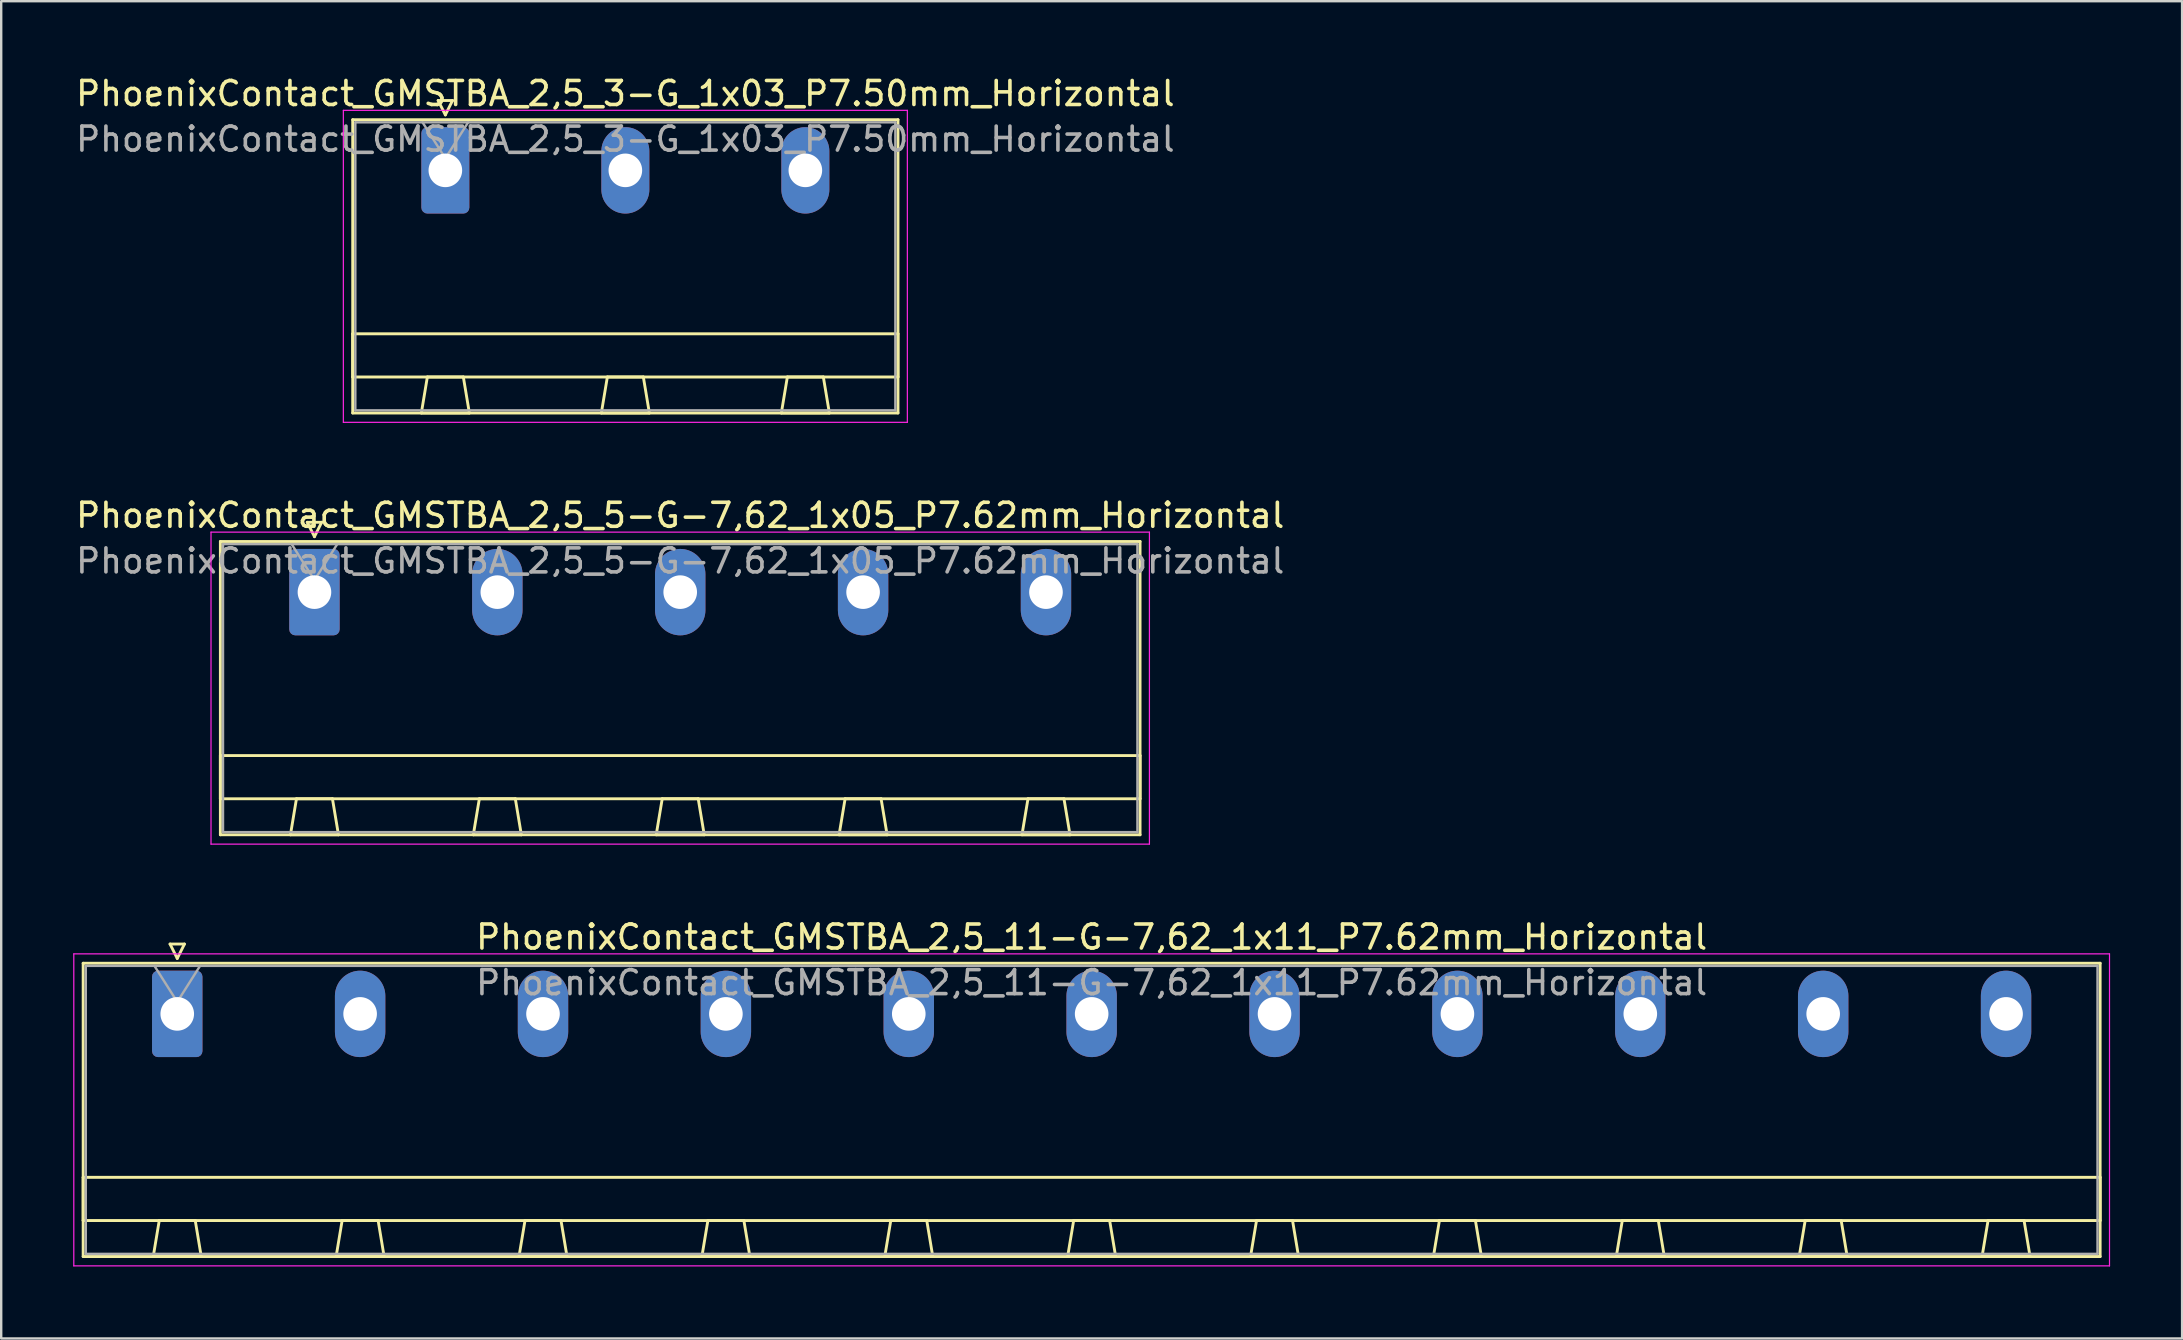
<source format=kicad_pcb>
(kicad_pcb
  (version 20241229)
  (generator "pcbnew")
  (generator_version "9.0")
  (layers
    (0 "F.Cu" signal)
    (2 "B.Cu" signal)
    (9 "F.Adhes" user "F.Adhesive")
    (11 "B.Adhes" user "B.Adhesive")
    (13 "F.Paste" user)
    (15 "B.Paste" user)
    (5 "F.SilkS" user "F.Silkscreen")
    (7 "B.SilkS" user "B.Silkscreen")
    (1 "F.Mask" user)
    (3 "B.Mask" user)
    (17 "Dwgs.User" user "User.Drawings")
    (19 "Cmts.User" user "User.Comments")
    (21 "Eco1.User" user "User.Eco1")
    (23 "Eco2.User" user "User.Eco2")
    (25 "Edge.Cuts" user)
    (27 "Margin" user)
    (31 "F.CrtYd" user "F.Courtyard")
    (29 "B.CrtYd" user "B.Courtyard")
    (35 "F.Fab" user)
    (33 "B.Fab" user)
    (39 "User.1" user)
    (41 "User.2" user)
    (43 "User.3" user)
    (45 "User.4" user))
  (footprint "PhoenixContact_GMSTBA_2,5_5-G-7,62_1x05_P7.62mm_Horizontal"
    (layer "F.Cu")
    (at 10.052 21.622)
    (property "Reference" "PhoenixContact_GMSTBA_2,5_5-G-7,62_1x05_P7.62mm_Horizontal" (at 15.24 -3.2 0) (layer "F.SilkS") (effects (font (size 1 1) (thickness 0.15))))
    (attr through_hole)
    (fp_line (start -3.92 -2.11) (end -3.92 10.11) (stroke (width 0.12) (type solid)) (layer "F.SilkS"))
    (fp_line (start -3.92 6.81) (end 34.4 6.81) (stroke (width 0.12) (type solid)) (layer "F.SilkS"))
    (fp_line (start -3.92 8.61) (end -3.92 6.81) (stroke (width 0.12) (type solid)) (layer "F.SilkS"))
    (fp_line (start -3.92 10.11) (end 34.4 10.11) (stroke (width 0.12) (type solid)) (layer "F.SilkS"))
    (fp_line (start -1 10.11) (end 1 10.11) (stroke (width 0.12) (type solid)) (layer "F.SilkS"))
    (fp_line (start -0.75 8.61) (end -1 10.11) (stroke (width 0.12) (type solid)) (layer "F.SilkS"))
    (fp_line (start -0.3 -2.91) (end 0.3 -2.91) (stroke (width 0.12) (type solid)) (layer "F.SilkS"))
    (fp_line (start 0 -2.31) (end -0.3 -2.91) (stroke (width 0.12) (type solid)) (layer "F.SilkS"))
    (fp_line (start 0.3 -2.91) (end 0 -2.31) (stroke (width 0.12) (type solid)) (layer "F.SilkS"))
    (fp_line (start 0.75 8.61) (end -0.75 8.61) (stroke (width 0.12) (type solid)) (layer "F.SilkS"))
    (fp_line (start 1 10.11) (end 0.75 8.61) (stroke (width 0.12) (type solid)) (layer "F.SilkS"))
    (fp_line (start 6.62 10.11) (end 8.62 10.11) (stroke (width 0.12) (type solid)) (layer "F.SilkS"))
    (fp_line (start 6.87 8.61) (end 6.62 10.11) (stroke (width 0.12) (type solid)) (layer "F.SilkS"))
    (fp_line (start 8.37 8.61) (end 6.87 8.61) (stroke (width 0.12) (type solid)) (layer "F.SilkS"))
    (fp_line (start 8.62 10.11) (end 8.37 8.61) (stroke (width 0.12) (type solid)) (layer "F.SilkS"))
    (fp_line (start 14.24 10.11) (end 16.24 10.11) (stroke (width 0.12) (type solid)) (layer "F.SilkS"))
    (fp_line (start 14.49 8.61) (end 14.24 10.11) (stroke (width 0.12) (type solid)) (layer "F.SilkS"))
    (fp_line (start 15.99 8.61) (end 14.49 8.61) (stroke (width 0.12) (type solid)) (layer "F.SilkS"))
    (fp_line (start 16.24 10.11) (end 15.99 8.61) (stroke (width 0.12) (type solid)) (layer "F.SilkS"))
    (fp_line (start 21.86 10.11) (end 23.86 10.11) (stroke (width 0.12) (type solid)) (layer "F.SilkS"))
    (fp_line (start 22.11 8.61) (end 21.86 10.11) (stroke (width 0.12) (type solid)) (layer "F.SilkS"))
    (fp_line (start 23.61 8.61) (end 22.11 8.61) (stroke (width 0.12) (type solid)) (layer "F.SilkS"))
    (fp_line (start 23.86 10.11) (end 23.61 8.61) (stroke (width 0.12) (type solid)) (layer "F.SilkS"))
    (fp_line (start 29.48 10.11) (end 31.48 10.11) (stroke (width 0.12) (type solid)) (layer "F.SilkS"))
    (fp_line (start 29.73 8.61) (end 29.48 10.11) (stroke (width 0.12) (type solid)) (layer "F.SilkS"))
    (fp_line (start 31.23 8.61) (end 29.73 8.61) (stroke (width 0.12) (type solid)) (layer "F.SilkS"))
    (fp_line (start 31.48 10.11) (end 31.23 8.61) (stroke (width 0.12) (type solid)) (layer "F.SilkS"))
    (fp_line (start 34.4 -2.11) (end -3.92 -2.11) (stroke (width 0.12) (type solid)) (layer "F.SilkS"))
    (fp_line (start 34.4 6.81) (end 34.4 8.61) (stroke (width 0.12) (type solid)) (layer "F.SilkS"))
    (fp_line (start 34.4 8.61) (end -3.92 8.61) (stroke (width 0.12) (type solid)) (layer "F.SilkS"))
    (fp_line (start 34.4 10.11) (end 34.4 -2.11) (stroke (width 0.12) (type solid)) (layer "F.SilkS"))
    (fp_line (start -4.31 -2.5) (end -4.31 10.5) (stroke (width 0.05) (type solid)) (layer "F.CrtYd"))
    (fp_line (start -4.31 10.5) (end 34.79 10.5) (stroke (width 0.05) (type solid)) (layer "F.CrtYd"))
    (fp_line (start 34.79 -2.5) (end -4.31 -2.5) (stroke (width 0.05) (type solid)) (layer "F.CrtYd"))
    (fp_line (start 34.79 10.5) (end 34.79 -2.5) (stroke (width 0.05) (type solid)) (layer "F.CrtYd"))
    (fp_line (start -3.81 -2) (end -3.81 10) (stroke (width 0.1) (type solid)) (layer "F.Fab"))
    (fp_line (start -3.81 10) (end 34.29 10) (stroke (width 0.1) (type solid)) (layer "F.Fab"))
    (fp_line (start 0 -0.5) (end -0.95 -2) (stroke (width 0.1) (type solid)) (layer "F.Fab"))
    (fp_line (start 0.95 -2) (end 0 -0.5) (stroke (width 0.1) (type solid)) (layer "F.Fab"))
    (fp_line (start 34.29 -2) (end -3.81 -2) (stroke (width 0.1) (type solid)) (layer "F.Fab"))
    (fp_line (start 34.29 10) (end 34.29 -2) (stroke (width 0.1) (type solid)) (layer "F.Fab"))
    (fp_text user "${REFERENCE}" (at 15.24 -1.3 0) (layer "F.Fab") (effects (font (size 1 1) (thickness 0.15))))
    (pad "1" thru_hole roundrect (at 0 0) (size 2.1 3.6) (drill 1.4) (layers "*.Cu" "*.Mask") (roundrect_rratio 0.119))
    (pad "2" thru_hole oval (at 7.62 0) (size 2.1 3.6) (drill 1.4) (layers "*.Cu" "*.Mask"))
    (pad "3" thru_hole oval (at 15.24 0) (size 2.1 3.6) (drill 1.4) (layers "*.Cu" "*.Mask"))
    (pad "4" thru_hole oval (at 22.86 0) (size 2.1 3.6) (drill 1.4) (layers "*.Cu" "*.Mask"))
    (pad "5" thru_hole oval (at 30.48 0) (size 2.1 3.6) (drill 1.4) (layers "*.Cu" "*.Mask")))
  (footprint "PhoenixContact_GMSTBA_2,5_11-G-7,62_1x11_P7.62mm_Horizontal"
    (layer "F.Cu")
    (at 4.335 39.195)
    (property "Reference" "PhoenixContact_GMSTBA_2,5_11-G-7,62_1x11_P7.62mm_Horizontal" (at 38.1 -3.2 0) (layer "F.SilkS") (effects (font (size 1 1) (thickness 0.15))))
    (attr through_hole)
    (fp_line (start -3.92 -2.11) (end -3.92 10.11) (stroke (width 0.12) (type solid)) (layer "F.SilkS"))
    (fp_line (start -3.92 6.81) (end 80.12 6.81) (stroke (width 0.12) (type solid)) (layer "F.SilkS"))
    (fp_line (start -3.92 8.61) (end -3.92 6.81) (stroke (width 0.12) (type solid)) (layer "F.SilkS"))
    (fp_line (start -3.92 10.11) (end 80.12 10.11) (stroke (width 0.12) (type solid)) (layer "F.SilkS"))
    (fp_line (start -1 10.11) (end 1 10.11) (stroke (width 0.12) (type solid)) (layer "F.SilkS"))
    (fp_line (start -0.75 8.61) (end -1 10.11) (stroke (width 0.12) (type solid)) (layer "F.SilkS"))
    (fp_line (start -0.3 -2.91) (end 0.3 -2.91) (stroke (width 0.12) (type solid)) (layer "F.SilkS"))
    (fp_line (start 0 -2.31) (end -0.3 -2.91) (stroke (width 0.12) (type solid)) (layer "F.SilkS"))
    (fp_line (start 0.3 -2.91) (end 0 -2.31) (stroke (width 0.12) (type solid)) (layer "F.SilkS"))
    (fp_line (start 0.75 8.61) (end -0.75 8.61) (stroke (width 0.12) (type solid)) (layer "F.SilkS"))
    (fp_line (start 1 10.11) (end 0.75 8.61) (stroke (width 0.12) (type solid)) (layer "F.SilkS"))
    (fp_line (start 6.62 10.11) (end 8.62 10.11) (stroke (width 0.12) (type solid)) (layer "F.SilkS"))
    (fp_line (start 6.87 8.61) (end 6.62 10.11) (stroke (width 0.12) (type solid)) (layer "F.SilkS"))
    (fp_line (start 8.37 8.61) (end 6.87 8.61) (stroke (width 0.12) (type solid)) (layer "F.SilkS"))
    (fp_line (start 8.62 10.11) (end 8.37 8.61) (stroke (width 0.12) (type solid)) (layer "F.SilkS"))
    (fp_line (start 14.24 10.11) (end 16.24 10.11) (stroke (width 0.12) (type solid)) (layer "F.SilkS"))
    (fp_line (start 14.49 8.61) (end 14.24 10.11) (stroke (width 0.12) (type solid)) (layer "F.SilkS"))
    (fp_line (start 15.99 8.61) (end 14.49 8.61) (stroke (width 0.12) (type solid)) (layer "F.SilkS"))
    (fp_line (start 16.24 10.11) (end 15.99 8.61) (stroke (width 0.12) (type solid)) (layer "F.SilkS"))
    (fp_line (start 21.86 10.11) (end 23.86 10.11) (stroke (width 0.12) (type solid)) (layer "F.SilkS"))
    (fp_line (start 22.11 8.61) (end 21.86 10.11) (stroke (width 0.12) (type solid)) (layer "F.SilkS"))
    (fp_line (start 23.61 8.61) (end 22.11 8.61) (stroke (width 0.12) (type solid)) (layer "F.SilkS"))
    (fp_line (start 23.86 10.11) (end 23.61 8.61) (stroke (width 0.12) (type solid)) (layer "F.SilkS"))
    (fp_line (start 29.48 10.11) (end 31.48 10.11) (stroke (width 0.12) (type solid)) (layer "F.SilkS"))
    (fp_line (start 29.73 8.61) (end 29.48 10.11) (stroke (width 0.12) (type solid)) (layer "F.SilkS"))
    (fp_line (start 31.23 8.61) (end 29.73 8.61) (stroke (width 0.12) (type solid)) (layer "F.SilkS"))
    (fp_line (start 31.48 10.11) (end 31.23 8.61) (stroke (width 0.12) (type solid)) (layer "F.SilkS"))
    (fp_line (start 37.1 10.11) (end 39.1 10.11) (stroke (width 0.12) (type solid)) (layer "F.SilkS"))
    (fp_line (start 37.35 8.61) (end 37.1 10.11) (stroke (width 0.12) (type solid)) (layer "F.SilkS"))
    (fp_line (start 38.85 8.61) (end 37.35 8.61) (stroke (width 0.12) (type solid)) (layer "F.SilkS"))
    (fp_line (start 39.1 10.11) (end 38.85 8.61) (stroke (width 0.12) (type solid)) (layer "F.SilkS"))
    (fp_line (start 44.72 10.11) (end 46.72 10.11) (stroke (width 0.12) (type solid)) (layer "F.SilkS"))
    (fp_line (start 44.97 8.61) (end 44.72 10.11) (stroke (width 0.12) (type solid)) (layer "F.SilkS"))
    (fp_line (start 46.47 8.61) (end 44.97 8.61) (stroke (width 0.12) (type solid)) (layer "F.SilkS"))
    (fp_line (start 46.72 10.11) (end 46.47 8.61) (stroke (width 0.12) (type solid)) (layer "F.SilkS"))
    (fp_line (start 52.34 10.11) (end 54.34 10.11) (stroke (width 0.12) (type solid)) (layer "F.SilkS"))
    (fp_line (start 52.59 8.61) (end 52.34 10.11) (stroke (width 0.12) (type solid)) (layer "F.SilkS"))
    (fp_line (start 54.09 8.61) (end 52.59 8.61) (stroke (width 0.12) (type solid)) (layer "F.SilkS"))
    (fp_line (start 54.34 10.11) (end 54.09 8.61) (stroke (width 0.12) (type solid)) (layer "F.SilkS"))
    (fp_line (start 59.96 10.11) (end 61.96 10.11) (stroke (width 0.12) (type solid)) (layer "F.SilkS"))
    (fp_line (start 60.21 8.61) (end 59.96 10.11) (stroke (width 0.12) (type solid)) (layer "F.SilkS"))
    (fp_line (start 61.71 8.61) (end 60.21 8.61) (stroke (width 0.12) (type solid)) (layer "F.SilkS"))
    (fp_line (start 61.96 10.11) (end 61.71 8.61) (stroke (width 0.12) (type solid)) (layer "F.SilkS"))
    (fp_line (start 67.58 10.11) (end 69.58 10.11) (stroke (width 0.12) (type solid)) (layer "F.SilkS"))
    (fp_line (start 67.83 8.61) (end 67.58 10.11) (stroke (width 0.12) (type solid)) (layer "F.SilkS"))
    (fp_line (start 69.33 8.61) (end 67.83 8.61) (stroke (width 0.12) (type solid)) (layer "F.SilkS"))
    (fp_line (start 69.58 10.11) (end 69.33 8.61) (stroke (width 0.12) (type solid)) (layer "F.SilkS"))
    (fp_line (start 75.2 10.11) (end 77.2 10.11) (stroke (width 0.12) (type solid)) (layer "F.SilkS"))
    (fp_line (start 75.45 8.61) (end 75.2 10.11) (stroke (width 0.12) (type solid)) (layer "F.SilkS"))
    (fp_line (start 76.95 8.61) (end 75.45 8.61) (stroke (width 0.12) (type solid)) (layer "F.SilkS"))
    (fp_line (start 77.2 10.11) (end 76.95 8.61) (stroke (width 0.12) (type solid)) (layer "F.SilkS"))
    (fp_line (start 80.12 -2.11) (end -3.92 -2.11) (stroke (width 0.12) (type solid)) (layer "F.SilkS"))
    (fp_line (start 80.12 6.81) (end 80.12 8.61) (stroke (width 0.12) (type solid)) (layer "F.SilkS"))
    (fp_line (start 80.12 8.61) (end -3.92 8.61) (stroke (width 0.12) (type solid)) (layer "F.SilkS"))
    (fp_line (start 80.12 10.11) (end 80.12 -2.11) (stroke (width 0.12) (type solid)) (layer "F.SilkS"))
    (fp_line (start -4.31 -2.5) (end -4.31 10.5) (stroke (width 0.05) (type solid)) (layer "F.CrtYd"))
    (fp_line (start -4.31 10.5) (end 80.51 10.5) (stroke (width 0.05) (type solid)) (layer "F.CrtYd"))
    (fp_line (start 80.51 -2.5) (end -4.31 -2.5) (stroke (width 0.05) (type solid)) (layer "F.CrtYd"))
    (fp_line (start 80.51 10.5) (end 80.51 -2.5) (stroke (width 0.05) (type solid)) (layer "F.CrtYd"))
    (fp_line (start -3.81 -2) (end -3.81 10) (stroke (width 0.1) (type solid)) (layer "F.Fab"))
    (fp_line (start -3.81 10) (end 80.01 10) (stroke (width 0.1) (type solid)) (layer "F.Fab"))
    (fp_line (start 0 -0.5) (end -0.95 -2) (stroke (width 0.1) (type solid)) (layer "F.Fab"))
    (fp_line (start 0.95 -2) (end 0 -0.5) (stroke (width 0.1) (type solid)) (layer "F.Fab"))
    (fp_line (start 80.01 -2) (end -3.81 -2) (stroke (width 0.1) (type solid)) (layer "F.Fab"))
    (fp_line (start 80.01 10) (end 80.01 -2) (stroke (width 0.1) (type solid)) (layer "F.Fab"))
    (fp_text user "${REFERENCE}" (at 38.1 -1.3 0) (layer "F.Fab") (effects (font (size 1 1) (thickness 0.15))))
    (pad "1" thru_hole roundrect (at 0 0) (size 2.1 3.6) (drill 1.4) (layers "*.Cu" "*.Mask") (roundrect_rratio 0.119))
    (pad "2" thru_hole oval (at 7.62 0) (size 2.1 3.6) (drill 1.4) (layers "*.Cu" "*.Mask"))
    (pad "3" thru_hole oval (at 15.24 0) (size 2.1 3.6) (drill 1.4) (layers "*.Cu" "*.Mask"))
    (pad "4" thru_hole oval (at 22.86 0) (size 2.1 3.6) (drill 1.4) (layers "*.Cu" "*.Mask"))
    (pad "5" thru_hole oval (at 30.48 0) (size 2.1 3.6) (drill 1.4) (layers "*.Cu" "*.Mask"))
    (pad "6" thru_hole oval (at 38.1 0) (size 2.1 3.6) (drill 1.4) (layers "*.Cu" "*.Mask"))
    (pad "7" thru_hole oval (at 45.72 0) (size 2.1 3.6) (drill 1.4) (layers "*.Cu" "*.Mask"))
    (pad "8" thru_hole oval (at 53.34 0) (size 2.1 3.6) (drill 1.4) (layers "*.Cu" "*.Mask"))
    (pad "9" thru_hole oval (at 60.96 0) (size 2.1 3.6) (drill 1.4) (layers "*.Cu" "*.Mask"))
    (pad "10" thru_hole oval (at 68.58 0) (size 2.1 3.6) (drill 1.4) (layers "*.Cu" "*.Mask"))
    (pad "11" thru_hole oval (at 76.2 0) (size 2.1 3.6) (drill 1.4) (layers "*.Cu" "*.Mask")))
  (footprint "PhoenixContact_GMSTBA_2,5_3-G_1x03_P7.50mm_Horizontal"
    (layer "F.Cu")
    (at 15.506 4.048)
    (property "Reference" "PhoenixContact_GMSTBA_2,5_3-G_1x03_P7.50mm_Horizontal" (at 7.5 -3.2 0) (layer "F.SilkS") (effects (font (size 1 1) (thickness 0.15))))
    (attr through_hole)
    (fp_line (start -3.86 -2.11) (end -3.86 10.11) (stroke (width 0.12) (type solid)) (layer "F.SilkS"))
    (fp_line (start -3.86 6.81) (end 18.86 6.81) (stroke (width 0.12) (type solid)) (layer "F.SilkS"))
    (fp_line (start -3.86 8.61) (end -3.86 6.81) (stroke (width 0.12) (type solid)) (layer "F.SilkS"))
    (fp_line (start -3.86 10.11) (end 18.86 10.11) (stroke (width 0.12) (type solid)) (layer "F.SilkS"))
    (fp_line (start -1 10.11) (end 1 10.11) (stroke (width 0.12) (type solid)) (layer "F.SilkS"))
    (fp_line (start -0.75 8.61) (end -1 10.11) (stroke (width 0.12) (type solid)) (layer "F.SilkS"))
    (fp_line (start -0.3 -2.91) (end 0.3 -2.91) (stroke (width 0.12) (type solid)) (layer "F.SilkS"))
    (fp_line (start 0 -2.31) (end -0.3 -2.91) (stroke (width 0.12) (type solid)) (layer "F.SilkS"))
    (fp_line (start 0.3 -2.91) (end 0 -2.31) (stroke (width 0.12) (type solid)) (layer "F.SilkS"))
    (fp_line (start 0.75 8.61) (end -0.75 8.61) (stroke (width 0.12) (type solid)) (layer "F.SilkS"))
    (fp_line (start 1 10.11) (end 0.75 8.61) (stroke (width 0.12) (type solid)) (layer "F.SilkS"))
    (fp_line (start 6.5 10.11) (end 8.5 10.11) (stroke (width 0.12) (type solid)) (layer "F.SilkS"))
    (fp_line (start 6.75 8.61) (end 6.5 10.11) (stroke (width 0.12) (type solid)) (layer "F.SilkS"))
    (fp_line (start 8.25 8.61) (end 6.75 8.61) (stroke (width 0.12) (type solid)) (layer "F.SilkS"))
    (fp_line (start 8.5 10.11) (end 8.25 8.61) (stroke (width 0.12) (type solid)) (layer "F.SilkS"))
    (fp_line (start 14 10.11) (end 16 10.11) (stroke (width 0.12) (type solid)) (layer "F.SilkS"))
    (fp_line (start 14.25 8.61) (end 14 10.11) (stroke (width 0.12) (type solid)) (layer "F.SilkS"))
    (fp_line (start 15.75 8.61) (end 14.25 8.61) (stroke (width 0.12) (type solid)) (layer "F.SilkS"))
    (fp_line (start 16 10.11) (end 15.75 8.61) (stroke (width 0.12) (type solid)) (layer "F.SilkS"))
    (fp_line (start 18.86 -2.11) (end -3.86 -2.11) (stroke (width 0.12) (type solid)) (layer "F.SilkS"))
    (fp_line (start 18.86 6.81) (end 18.86 8.61) (stroke (width 0.12) (type solid)) (layer "F.SilkS"))
    (fp_line (start 18.86 8.61) (end -3.86 8.61) (stroke (width 0.12) (type solid)) (layer "F.SilkS"))
    (fp_line (start 18.86 10.11) (end 18.86 -2.11) (stroke (width 0.12) (type solid)) (layer "F.SilkS"))
    (fp_line (start -4.25 -2.5) (end -4.25 10.5) (stroke (width 0.05) (type solid)) (layer "F.CrtYd"))
    (fp_line (start -4.25 10.5) (end 19.25 10.5) (stroke (width 0.05) (type solid)) (layer "F.CrtYd"))
    (fp_line (start 19.25 -2.5) (end -4.25 -2.5) (stroke (width 0.05) (type solid)) (layer "F.CrtYd"))
    (fp_line (start 19.25 10.5) (end 19.25 -2.5) (stroke (width 0.05) (type solid)) (layer "F.CrtYd"))
    (fp_line (start -3.75 -2) (end -3.75 10) (stroke (width 0.1) (type solid)) (layer "F.Fab"))
    (fp_line (start -3.75 10) (end 18.75 10) (stroke (width 0.1) (type solid)) (layer "F.Fab"))
    (fp_line (start 0 -0.5) (end -0.95 -2) (stroke (width 0.1) (type solid)) (layer "F.Fab"))
    (fp_line (start 0.95 -2) (end 0 -0.5) (stroke (width 0.1) (type solid)) (layer "F.Fab"))
    (fp_line (start 18.75 -2) (end -3.75 -2) (stroke (width 0.1) (type solid)) (layer "F.Fab"))
    (fp_line (start 18.75 10) (end 18.75 -2) (stroke (width 0.1) (type solid)) (layer "F.Fab"))
    (fp_text user "${REFERENCE}" (at 7.5 -1.3 0) (layer "F.Fab") (effects (font (size 1 1) (thickness 0.15))))
    (pad "1" thru_hole roundrect (at 0 0) (size 2 3.6) (drill 1.4) (layers "*.Cu" "*.Mask") (roundrect_rratio 0.125))
    (pad "2" thru_hole oval (at 7.5 0) (size 2 3.6) (drill 1.4) (layers "*.Cu" "*.Mask"))
    (pad "3" thru_hole oval (at 15 0) (size 2 3.6) (drill 1.4) (layers "*.Cu" "*.Mask")))
  (gr_rect
    (start -3 -3)
    (end 87.87 52.72)
    (stroke (width 0.1) (type default))
    (fill no)
    (layer "Edge.Cuts")))
</source>
